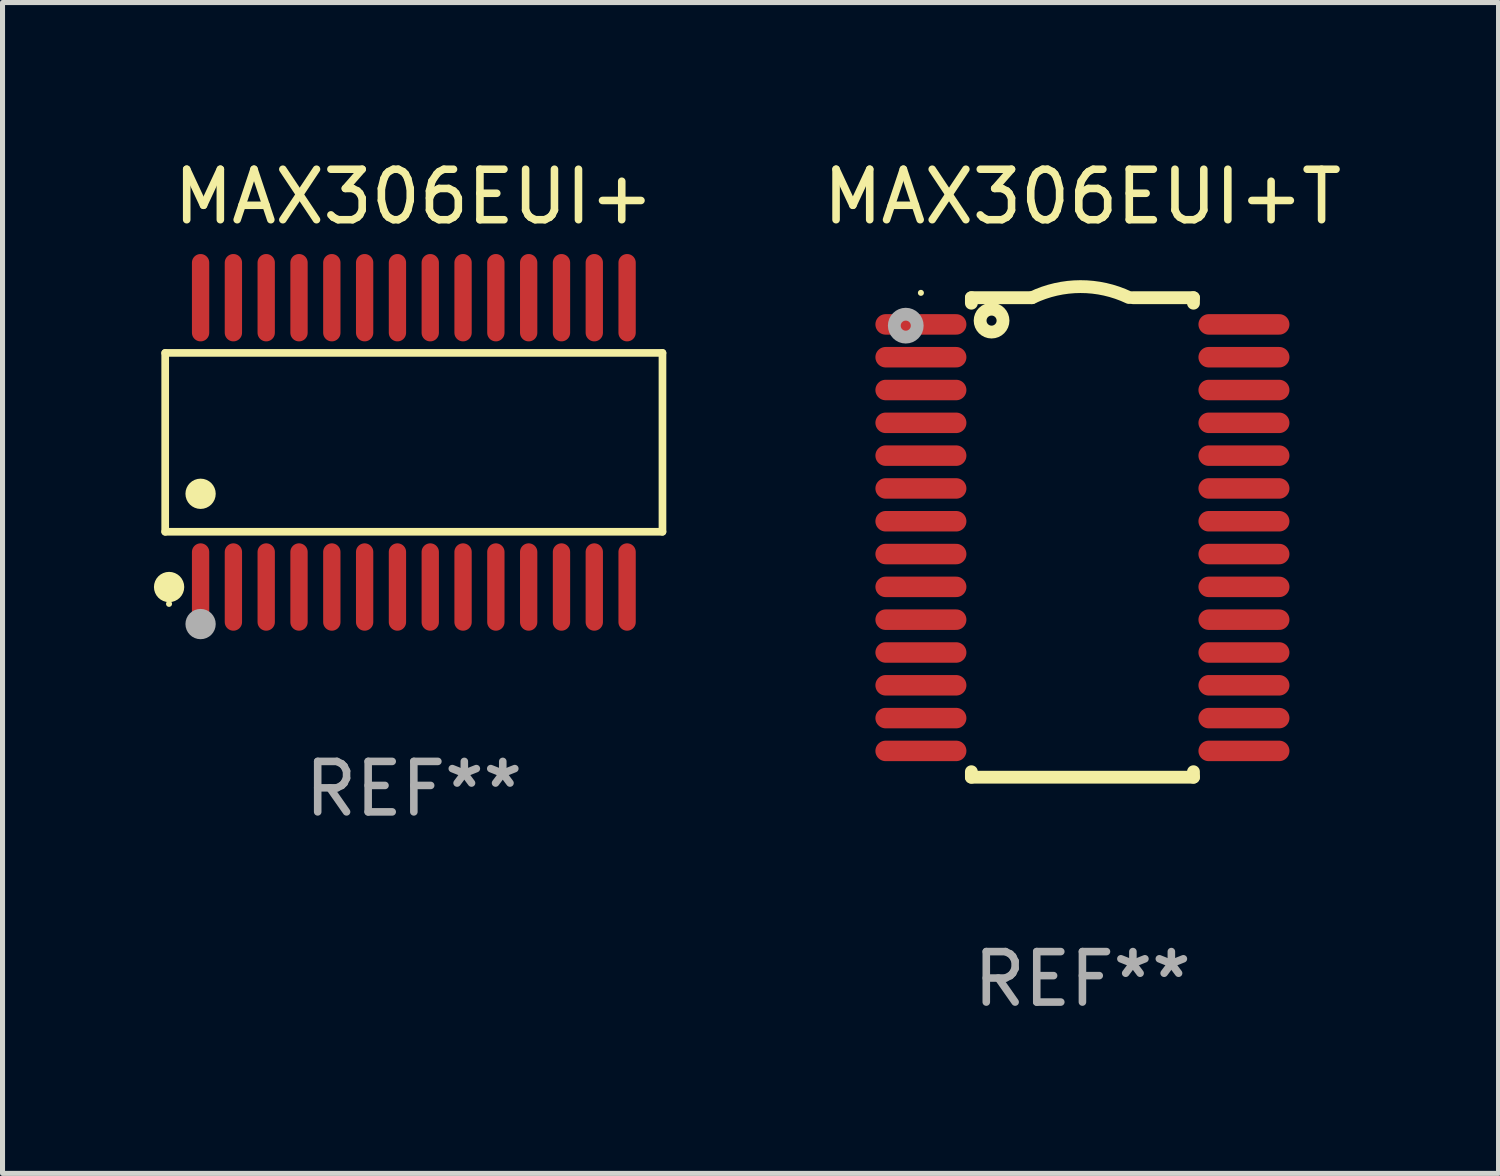
<source format=kicad_pcb>
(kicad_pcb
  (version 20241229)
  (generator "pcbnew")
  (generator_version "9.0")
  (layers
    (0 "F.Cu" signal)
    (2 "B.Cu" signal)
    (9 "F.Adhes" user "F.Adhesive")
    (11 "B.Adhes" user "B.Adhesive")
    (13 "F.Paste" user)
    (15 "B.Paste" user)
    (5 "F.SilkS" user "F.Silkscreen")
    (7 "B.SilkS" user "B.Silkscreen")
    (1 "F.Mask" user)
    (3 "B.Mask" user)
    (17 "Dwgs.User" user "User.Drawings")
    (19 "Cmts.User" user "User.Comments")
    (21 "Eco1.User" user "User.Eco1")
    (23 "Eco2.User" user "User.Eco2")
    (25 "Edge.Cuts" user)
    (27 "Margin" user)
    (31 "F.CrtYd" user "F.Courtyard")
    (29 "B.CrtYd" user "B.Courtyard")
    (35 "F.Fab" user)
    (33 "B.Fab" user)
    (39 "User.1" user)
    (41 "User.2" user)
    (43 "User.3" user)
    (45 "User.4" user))
  (footprint "MAX306EUI+T"
    (layer "F.Cu")
    (at 18.395 7.598)
    (property "Reference" "MAX306EUI+T" (at 0 -6.75 0) (layer "F.SilkS") (effects (font (size 1 1) (thickness 0.15))))
    (attr through_hole)
    (fp_line (start -2.2 -4.75) (end -2.2 -4.641) (stroke (width 0.254) (type solid)) (layer "F.SilkS"))
    (fp_line (start -2.2 -4.75) (end -1 -4.75) (stroke (width 0.254) (type solid)) (layer "F.SilkS"))
    (fp_line (start -2.2 4.641) (end -2.2 4.75) (stroke (width 0.254) (type solid)) (layer "F.SilkS"))
    (fp_line (start -2.2 4.75) (end 2.2 4.75) (stroke (width 0.254) (type solid)) (layer "F.SilkS"))
    (fp_line (start 2.2 -4.75) (end 1 -4.75) (stroke (width 0.254) (type solid)) (layer "F.SilkS"))
    (fp_line (start 2.2 -4.75) (end 2.2 -4.641) (stroke (width 0.254) (type solid)) (layer "F.SilkS"))
    (fp_line (start 2.2 4.641) (end 2.2 4.75) (stroke (width 0.254) (type solid)) (layer "F.SilkS"))
    (fp_arc (start -1.000025 -4.750013) (mid -0.040073 -4.969719) (end 0.920777 -4.753975) (stroke (width 0.254001) (type solid)) (layer "F.SilkS"))
    (fp_circle (center -3.2 -4.846) (end -3.17 -4.846) (stroke (width 0.06) (type solid)) (fill no) (layer "F.SilkS"))
    (fp_circle (center -1.8 -4.296) (end -1.7 -4.296) (stroke (width 0.254) (type solid)) (fill no) (layer "F.SilkS"))
    (fp_circle (center -3.5 -4.196) (end -3.4 -4.196) (stroke (width 0.254) (type solid)) (fill no) (layer "F.Fab"))
    (fp_text user "REF**" (at 0 8.75 0) (layer "F.Fab") (effects (font (size 1 1) (thickness 0.15))))
    (pad "1" smd oval (at -3.2 -4.221) (size 1.803 0.406) (layers "F.Cu" "F.Mask" "F.Paste"))
    (pad "2" smd oval (at -3.2 -3.571) (size 1.803 0.406) (layers "F.Cu" "F.Mask" "F.Paste"))
    (pad "3" smd oval (at -3.2 -2.921) (size 1.803 0.406) (layers "F.Cu" "F.Mask" "F.Paste"))
    (pad "4" smd oval (at -3.2 -2.271) (size 1.803 0.406) (layers "F.Cu" "F.Mask" "F.Paste"))
    (pad "5" smd oval (at -3.2 -1.621) (size 1.803 0.406) (layers "F.Cu" "F.Mask" "F.Paste"))
    (pad "6" smd oval (at -3.2 -0.971) (size 1.803 0.406) (layers "F.Cu" "F.Mask" "F.Paste"))
    (pad "7" smd oval (at -3.2 -0.321) (size 1.803 0.406) (layers "F.Cu" "F.Mask" "F.Paste"))
    (pad "8" smd oval (at -3.2 0.329) (size 1.803 0.406) (layers "F.Cu" "F.Mask" "F.Paste"))
    (pad "9" smd oval (at -3.2 0.979) (size 1.803 0.406) (layers "F.Cu" "F.Mask" "F.Paste"))
    (pad "10" smd oval (at -3.2 1.629) (size 1.803 0.406) (layers "F.Cu" "F.Mask" "F.Paste"))
    (pad "11" smd oval (at -3.2 2.279) (size 1.803 0.406) (layers "F.Cu" "F.Mask" "F.Paste"))
    (pad "12" smd oval (at -3.2 2.929) (size 1.803 0.406) (layers "F.Cu" "F.Mask" "F.Paste"))
    (pad "13" smd oval (at -3.2 3.579) (size 1.803 0.406) (layers "F.Cu" "F.Mask" "F.Paste"))
    (pad "14" smd oval (at -3.2 4.229) (size 1.803 0.406) (layers "F.Cu" "F.Mask" "F.Paste"))
    (pad "15" smd oval (at 3.2 4.229) (size 1.803 0.406) (layers "F.Cu" "F.Mask" "F.Paste"))
    (pad "16" smd oval (at 3.2 3.579) (size 1.803 0.406) (layers "F.Cu" "F.Mask" "F.Paste"))
    (pad "17" smd oval (at 3.2 2.929) (size 1.803 0.406) (layers "F.Cu" "F.Mask" "F.Paste"))
    (pad "18" smd oval (at 3.2 2.279) (size 1.803 0.406) (layers "F.Cu" "F.Mask" "F.Paste"))
    (pad "19" smd oval (at 3.2 1.629) (size 1.803 0.406) (layers "F.Cu" "F.Mask" "F.Paste"))
    (pad "20" smd oval (at 3.2 0.979) (size 1.803 0.406) (layers "F.Cu" "F.Mask" "F.Paste"))
    (pad "21" smd oval (at 3.2 0.329) (size 1.803 0.406) (layers "F.Cu" "F.Mask" "F.Paste"))
    (pad "22" smd oval (at 3.2 -0.321) (size 1.803 0.406) (layers "F.Cu" "F.Mask" "F.Paste"))
    (pad "23" smd oval (at 3.2 -0.971) (size 1.803 0.406) (layers "F.Cu" "F.Mask" "F.Paste"))
    (pad "24" smd oval (at 3.2 -1.621) (size 1.803 0.406) (layers "F.Cu" "F.Mask" "F.Paste"))
    (pad "25" smd oval (at 3.2 -2.271) (size 1.803 0.406) (layers "F.Cu" "F.Mask" "F.Paste"))
    (pad "26" smd oval (at 3.2 -2.921) (size 1.803 0.406) (layers "F.Cu" "F.Mask" "F.Paste"))
    (pad "27" smd oval (at 3.2 -3.571) (size 1.803 0.406) (layers "F.Cu" "F.Mask" "F.Paste"))
    (pad "28" smd oval (at 3.2 -4.221) (size 1.803 0.406) (layers "F.Cu" "F.Mask" "F.Paste")))
  (footprint "MAX306EUI+"
    (layer "F.Cu")
    (at 5.149 5.714)
    (property "Reference" "MAX306EUI+" (at 0 -4.866 0) (layer "F.SilkS") (effects (font (size 1 1) (thickness 0.15))))
    (attr through_hole)
    (fp_line (start -4.926 -1.772) (end 4.926 -1.772) (stroke (width 0.152) (type solid)) (layer "F.SilkS"))
    (fp_line (start -4.926 1.771) (end -4.926 -1.772) (stroke (width 0.152) (type solid)) (layer "F.SilkS"))
    (fp_line (start 4.926 -1.772) (end 4.926 1.771) (stroke (width 0.152) (type solid)) (layer "F.SilkS"))
    (fp_line (start 4.926 1.771) (end -4.926 1.771) (stroke (width 0.152) (type solid)) (layer "F.SilkS"))
    (fp_circle (center -4.85 3.2) (end -4.82 3.2) (stroke (width 0.06) (type solid)) (fill no) (layer "F.SilkS"))
    (fp_circle (center -4.849 2.866) (end -4.699 2.866) (stroke (width 0.3) (type solid)) (fill no) (layer "F.SilkS"))
    (fp_circle (center -4.225 1.019) (end -4.075 1.019) (stroke (width 0.3) (type solid)) (fill no) (layer "F.SilkS"))
    (fp_circle (center -4.225 3.6) (end -4.075 3.6) (stroke (width 0.3) (type solid)) (fill no) (layer "F.Fab"))
    (fp_text user "REF**" (at 0 6.866 0) (layer "F.Fab") (effects (font (size 1 1) (thickness 0.15))))
    (pad "1" smd oval (at -4.225 2.866) (size 0.343 1.731) (layers "F.Cu" "F.Mask" "F.Paste"))
    (pad "2" smd oval (at -3.575 2.866) (size 0.343 1.731) (layers "F.Cu" "F.Mask" "F.Paste"))
    (pad "3" smd oval (at -2.925 2.866) (size 0.343 1.731) (layers "F.Cu" "F.Mask" "F.Paste"))
    (pad "4" smd oval (at -2.275 2.866) (size 0.343 1.731) (layers "F.Cu" "F.Mask" "F.Paste"))
    (pad "5" smd oval (at -1.625 2.866) (size 0.343 1.731) (layers "F.Cu" "F.Mask" "F.Paste"))
    (pad "6" smd oval (at -0.975 2.866) (size 0.343 1.731) (layers "F.Cu" "F.Mask" "F.Paste"))
    (pad "7" smd oval (at -0.325 2.866) (size 0.343 1.731) (layers "F.Cu" "F.Mask" "F.Paste"))
    (pad "8" smd oval (at 0.325 2.866) (size 0.343 1.731) (layers "F.Cu" "F.Mask" "F.Paste"))
    (pad "9" smd oval (at 0.975 2.866) (size 0.343 1.731) (layers "F.Cu" "F.Mask" "F.Paste"))
    (pad "10" smd oval (at 1.625 2.866) (size 0.343 1.731) (layers "F.Cu" "F.Mask" "F.Paste"))
    (pad "11" smd oval (at 2.275 2.866) (size 0.343 1.731) (layers "F.Cu" "F.Mask" "F.Paste"))
    (pad "12" smd oval (at 2.925 2.866) (size 0.343 1.731) (layers "F.Cu" "F.Mask" "F.Paste"))
    (pad "13" smd oval (at 3.575 2.866) (size 0.343 1.731) (layers "F.Cu" "F.Mask" "F.Paste"))
    (pad "14" smd oval (at 4.225 2.866) (size 0.343 1.731) (layers "F.Cu" "F.Mask" "F.Paste"))
    (pad "15" smd oval (at 4.225 -2.866) (size 0.343 1.731) (layers "F.Cu" "F.Mask" "F.Paste"))
    (pad "16" smd oval (at 3.575 -2.866) (size 0.343 1.731) (layers "F.Cu" "F.Mask" "F.Paste"))
    (pad "17" smd oval (at 2.925 -2.866) (size 0.343 1.731) (layers "F.Cu" "F.Mask" "F.Paste"))
    (pad "18" smd oval (at 2.275 -2.866) (size 0.343 1.731) (layers "F.Cu" "F.Mask" "F.Paste"))
    (pad "19" smd oval (at 1.625 -2.866) (size 0.343 1.731) (layers "F.Cu" "F.Mask" "F.Paste"))
    (pad "20" smd oval (at 0.975 -2.866) (size 0.343 1.731) (layers "F.Cu" "F.Mask" "F.Paste"))
    (pad "21" smd oval (at 0.325 -2.866) (size 0.343 1.731) (layers "F.Cu" "F.Mask" "F.Paste"))
    (pad "22" smd oval (at -0.325 -2.866) (size 0.343 1.731) (layers "F.Cu" "F.Mask" "F.Paste"))
    (pad "23" smd oval (at -0.975 -2.866) (size 0.343 1.731) (layers "F.Cu" "F.Mask" "F.Paste"))
    (pad "24" smd oval (at -1.625 -2.866) (size 0.343 1.731) (layers "F.Cu" "F.Mask" "F.Paste"))
    (pad "25" smd oval (at -2.275 -2.866) (size 0.343 1.731) (layers "F.Cu" "F.Mask" "F.Paste"))
    (pad "26" smd oval (at -2.925 -2.866) (size 0.343 1.731) (layers "F.Cu" "F.Mask" "F.Paste"))
    (pad "27" smd oval (at -3.575 -2.866) (size 0.343 1.731) (layers "F.Cu" "F.Mask" "F.Paste"))
    (pad "28" smd oval (at -4.225 -2.866) (size 0.343 1.731) (layers "F.Cu" "F.Mask" "F.Paste")))
  (gr_rect
    (start -3 -3)
    (end 26.639 20.197)
    (stroke (width 0.1) (type default))
    (fill no)
    (layer "Edge.Cuts")))
</source>
